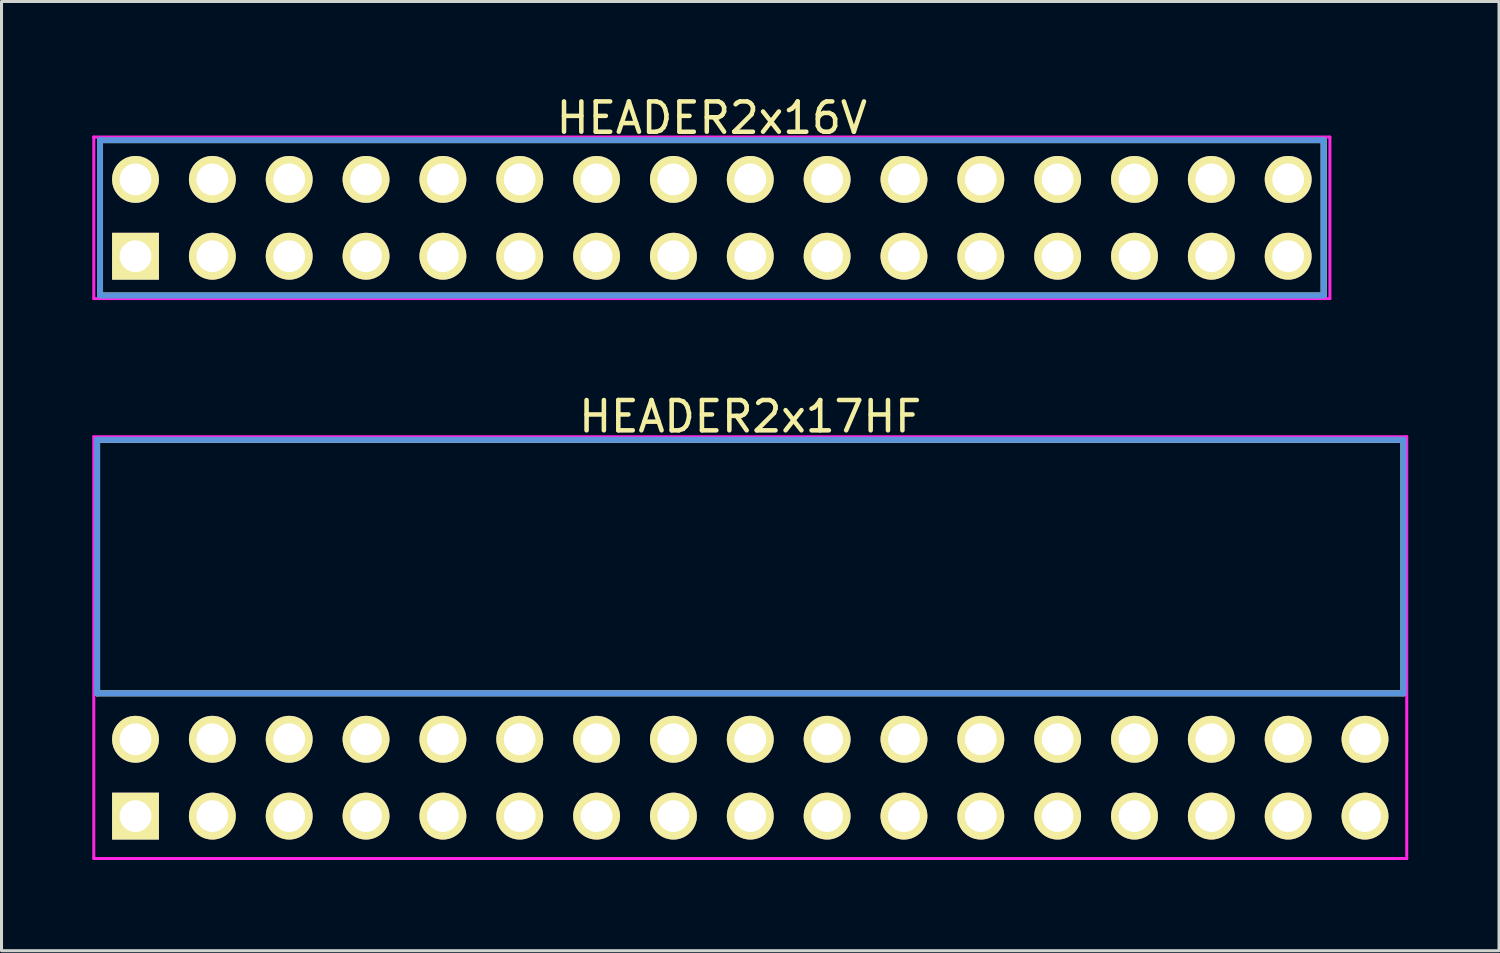
<source format=kicad_pcb>
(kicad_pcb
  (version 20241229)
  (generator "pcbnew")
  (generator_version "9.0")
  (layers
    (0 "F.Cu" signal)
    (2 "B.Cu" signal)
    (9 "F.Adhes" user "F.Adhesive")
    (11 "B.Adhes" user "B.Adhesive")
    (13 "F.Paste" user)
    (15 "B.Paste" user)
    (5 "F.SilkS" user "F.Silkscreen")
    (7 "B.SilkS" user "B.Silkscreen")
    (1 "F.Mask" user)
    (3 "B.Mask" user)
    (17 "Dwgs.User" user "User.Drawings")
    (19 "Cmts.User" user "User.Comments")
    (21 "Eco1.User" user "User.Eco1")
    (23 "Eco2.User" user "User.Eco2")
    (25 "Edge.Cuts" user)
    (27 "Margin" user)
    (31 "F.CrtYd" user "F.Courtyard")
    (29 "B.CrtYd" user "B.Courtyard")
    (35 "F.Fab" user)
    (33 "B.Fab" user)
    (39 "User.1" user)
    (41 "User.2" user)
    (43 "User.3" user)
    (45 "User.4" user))
  (footprint "HEADER2x17HF"
    (layer "F.Cu")
    (at 1.429 23.926)
    (property "Reference" "HEADER2x17HF" (at 20.32 -13.208 0) (layer "F.SilkS") (effects (font (size 1.001 1.001) (thickness 0.15))))
    (attr through_hole)
    (fp_line (start -1.27 -12.438) (end -1.27 -4.059) (stroke (width 0.198) (type solid)) (layer "F.SilkS"))
    (fp_line (start -1.27 -4.059) (end 41.91 -4.059) (stroke (width 0.198) (type solid)) (layer "F.SilkS"))
    (fp_line (start 41.91 -12.438) (end -1.27 -12.438) (stroke (width 0.198) (type solid)) (layer "F.SilkS"))
    (fp_line (start 41.91 -4.059) (end 41.91 -12.438) (stroke (width 0.198) (type solid)) (layer "F.SilkS"))
    (fp_line (start -1.27 -12.438) (end -1.27 -4.059) (stroke (width 0.198) (type solid)) (layer "Cmts.User"))
    (fp_line (start -1.27 -4.059) (end 41.91 -4.059) (stroke (width 0.198) (type solid)) (layer "Cmts.User"))
    (fp_line (start 41.91 -12.438) (end -1.27 -12.438) (stroke (width 0.198) (type solid)) (layer "Cmts.User"))
    (fp_line (start 41.91 -4.059) (end 41.91 -12.438) (stroke (width 0.198) (type solid)) (layer "Cmts.User"))
    (fp_line (start -1.379 -12.54) (end 42.019 -12.54) (stroke (width 0.099) (type solid)) (layer "F.CrtYd"))
    (fp_line (start -1.379 1.4) (end -1.379 -12.54) (stroke (width 0.099) (type solid)) (layer "F.CrtYd"))
    (fp_line (start 42.019 -12.54) (end 42.019 1.4) (stroke (width 0.099) (type solid)) (layer "F.CrtYd"))
    (fp_line (start 42.019 1.4) (end -1.379 1.4) (stroke (width 0.099) (type solid)) (layer "F.CrtYd"))
    (pad "1" thru_hole rect (at 0 0) (size 1.549 1.549) (drill 1.049) (layers "*.Cu" "*.Mask" "F.SilkS"))
    (pad "2" thru_hole circle (at 0 -2.54) (size 1.549 1.549) (drill 1.049) (layers "*.Cu" "*.Mask" "F.SilkS"))
    (pad "3" thru_hole circle (at 2.54 0) (size 1.549 1.549) (drill 1.049) (layers "*.Cu" "*.Mask" "F.SilkS"))
    (pad "4" thru_hole circle (at 2.54 -2.54) (size 1.549 1.549) (drill 1.049) (layers "*.Cu" "*.Mask" "F.SilkS"))
    (pad "5" thru_hole circle (at 5.08 0) (size 1.549 1.549) (drill 1.049) (layers "*.Cu" "*.Mask" "F.SilkS"))
    (pad "6" thru_hole circle (at 5.08 -2.54) (size 1.549 1.549) (drill 1.049) (layers "*.Cu" "*.Mask" "F.SilkS"))
    (pad "7" thru_hole circle (at 7.62 0) (size 1.549 1.549) (drill 1.049) (layers "*.Cu" "*.Mask" "F.SilkS"))
    (pad "8" thru_hole circle (at 7.62 -2.54) (size 1.549 1.549) (drill 1.049) (layers "*.Cu" "*.Mask" "F.SilkS"))
    (pad "9" thru_hole circle (at 10.16 0) (size 1.549 1.549) (drill 1.049) (layers "*.Cu" "*.Mask" "F.SilkS"))
    (pad "10" thru_hole circle (at 10.16 -2.54) (size 1.549 1.549) (drill 1.049) (layers "*.Cu" "*.Mask" "F.SilkS"))
    (pad "11" thru_hole circle (at 12.7 0) (size 1.549 1.549) (drill 1.049) (layers "*.Cu" "*.Mask" "F.SilkS"))
    (pad "12" thru_hole circle (at 12.7 -2.54) (size 1.549 1.549) (drill 1.049) (layers "*.Cu" "*.Mask" "F.SilkS"))
    (pad "13" thru_hole circle (at 15.24 0) (size 1.549 1.549) (drill 1.049) (layers "*.Cu" "*.Mask" "F.SilkS"))
    (pad "14" thru_hole circle (at 15.24 -2.54) (size 1.549 1.549) (drill 1.049) (layers "*.Cu" "*.Mask" "F.SilkS"))
    (pad "15" thru_hole circle (at 17.78 0) (size 1.549 1.549) (drill 1.049) (layers "*.Cu" "*.Mask" "F.SilkS"))
    (pad "16" thru_hole circle (at 17.78 -2.54) (size 1.549 1.549) (drill 1.049) (layers "*.Cu" "*.Mask" "F.SilkS"))
    (pad "17" thru_hole circle (at 20.32 0) (size 1.549 1.549) (drill 1.049) (layers "*.Cu" "*.Mask" "F.SilkS"))
    (pad "18" thru_hole circle (at 20.32 -2.54) (size 1.549 1.549) (drill 1.049) (layers "*.Cu" "*.Mask" "F.SilkS"))
    (pad "19" thru_hole circle (at 22.86 0) (size 1.549 1.549) (drill 1.049) (layers "*.Cu" "*.Mask" "F.SilkS"))
    (pad "20" thru_hole circle (at 22.86 -2.54) (size 1.549 1.549) (drill 1.049) (layers "*.Cu" "*.Mask" "F.SilkS"))
    (pad "21" thru_hole circle (at 25.4 0) (size 1.549 1.549) (drill 1.049) (layers "*.Cu" "*.Mask" "F.SilkS"))
    (pad "22" thru_hole circle (at 25.4 -2.54) (size 1.549 1.549) (drill 1.049) (layers "*.Cu" "*.Mask" "F.SilkS"))
    (pad "23" thru_hole circle (at 27.94 0) (size 1.549 1.549) (drill 1.049) (layers "*.Cu" "*.Mask" "F.SilkS"))
    (pad "24" thru_hole circle (at 27.94 -2.54) (size 1.549 1.549) (drill 1.049) (layers "*.Cu" "*.Mask" "F.SilkS"))
    (pad "25" thru_hole circle (at 30.48 0) (size 1.549 1.549) (drill 1.049) (layers "*.Cu" "*.Mask" "F.SilkS"))
    (pad "26" thru_hole circle (at 30.48 -2.54) (size 1.549 1.549) (drill 1.049) (layers "*.Cu" "*.Mask" "F.SilkS"))
    (pad "27" thru_hole circle (at 33.02 0) (size 1.549 1.549) (drill 1.049) (layers "*.Cu" "*.Mask" "F.SilkS"))
    (pad "28" thru_hole circle (at 33.02 -2.54) (size 1.549 1.549) (drill 1.049) (layers "*.Cu" "*.Mask" "F.SilkS"))
    (pad "29" thru_hole circle (at 35.56 0) (size 1.549 1.549) (drill 1.049) (layers "*.Cu" "*.Mask" "F.SilkS"))
    (pad "30" thru_hole circle (at 35.56 -2.54) (size 1.549 1.549) (drill 1.049) (layers "*.Cu" "*.Mask" "F.SilkS"))
    (pad "31" thru_hole circle (at 38.1 0) (size 1.549 1.549) (drill 1.049) (layers "*.Cu" "*.Mask" "F.SilkS"))
    (pad "32" thru_hole circle (at 38.1 -2.54) (size 1.549 1.549) (drill 1.049) (layers "*.Cu" "*.Mask" "F.SilkS"))
    (pad "33" thru_hole circle (at 40.64 0) (size 1.549 1.549) (drill 1.049) (layers "*.Cu" "*.Mask" "F.SilkS"))
    (pad "34" thru_hole circle (at 40.64 -2.54) (size 1.549 1.549) (drill 1.049) (layers "*.Cu" "*.Mask" "F.SilkS")))
  (footprint "HEADER2x16V"
    (layer "F.Cu")
    (at 1.429 5.42)
    (property "Reference" "HEADER2x16V" (at 19.05 -4.572 0) (layer "F.SilkS") (effects (font (size 1.001 1.001) (thickness 0.15))))
    (attr through_hole)
    (fp_line (start -1.173 -3.838) (end -1.173 1.298) (stroke (width 0.198) (type solid)) (layer "F.SilkS"))
    (fp_line (start -1.173 1.298) (end 39.273 1.298) (stroke (width 0.198) (type solid)) (layer "F.SilkS"))
    (fp_line (start 39.273 -3.838) (end -1.173 -3.838) (stroke (width 0.198) (type solid)) (layer "F.SilkS"))
    (fp_line (start 39.273 1.298) (end 39.273 -3.838) (stroke (width 0.198) (type solid)) (layer "F.SilkS"))
    (fp_line (start -1.173 -3.838) (end -1.173 1.298) (stroke (width 0.198) (type solid)) (layer "Cmts.User"))
    (fp_line (start -1.173 1.298) (end 39.273 1.298) (stroke (width 0.198) (type solid)) (layer "Cmts.User"))
    (fp_line (start 39.273 -3.838) (end -1.173 -3.838) (stroke (width 0.198) (type solid)) (layer "Cmts.User"))
    (fp_line (start 39.273 1.298) (end 39.273 -3.838) (stroke (width 0.198) (type solid)) (layer "Cmts.User"))
    (fp_line (start -1.379 -3.94) (end -1.379 1.4) (stroke (width 0.099) (type solid)) (layer "F.CrtYd"))
    (fp_line (start -1.379 1.4) (end 39.479 1.4) (stroke (width 0.099) (type solid)) (layer "F.CrtYd"))
    (fp_line (start 39.479 -3.94) (end -1.379 -3.94) (stroke (width 0.099) (type solid)) (layer "F.CrtYd"))
    (fp_line (start 39.479 1.4) (end 39.479 -3.94) (stroke (width 0.099) (type solid)) (layer "F.CrtYd"))
    (pad "1" thru_hole rect (at 0 0) (size 1.549 1.549) (drill 1.049) (layers "*.Cu" "*.Mask" "F.SilkS"))
    (pad "2" thru_hole circle (at 0 -2.54) (size 1.549 1.549) (drill 1.049) (layers "*.Cu" "*.Mask" "F.SilkS"))
    (pad "3" thru_hole circle (at 2.54 0) (size 1.549 1.549) (drill 1.049) (layers "*.Cu" "*.Mask" "F.SilkS"))
    (pad "4" thru_hole circle (at 2.54 -2.54) (size 1.549 1.549) (drill 1.049) (layers "*.Cu" "*.Mask" "F.SilkS"))
    (pad "5" thru_hole circle (at 5.08 0) (size 1.549 1.549) (drill 1.049) (layers "*.Cu" "*.Mask" "F.SilkS"))
    (pad "6" thru_hole circle (at 5.08 -2.54) (size 1.549 1.549) (drill 1.049) (layers "*.Cu" "*.Mask" "F.SilkS"))
    (pad "7" thru_hole circle (at 7.62 0) (size 1.549 1.549) (drill 1.049) (layers "*.Cu" "*.Mask" "F.SilkS"))
    (pad "8" thru_hole circle (at 7.62 -2.54) (size 1.549 1.549) (drill 1.049) (layers "*.Cu" "*.Mask" "F.SilkS"))
    (pad "9" thru_hole circle (at 10.16 0) (size 1.549 1.549) (drill 1.049) (layers "*.Cu" "*.Mask" "F.SilkS"))
    (pad "10" thru_hole circle (at 10.16 -2.54) (size 1.549 1.549) (drill 1.049) (layers "*.Cu" "*.Mask" "F.SilkS"))
    (pad "11" thru_hole circle (at 12.7 0) (size 1.549 1.549) (drill 1.049) (layers "*.Cu" "*.Mask" "F.SilkS"))
    (pad "12" thru_hole circle (at 12.7 -2.54) (size 1.549 1.549) (drill 1.049) (layers "*.Cu" "*.Mask" "F.SilkS"))
    (pad "13" thru_hole circle (at 15.24 0) (size 1.549 1.549) (drill 1.049) (layers "*.Cu" "*.Mask" "F.SilkS"))
    (pad "14" thru_hole circle (at 15.24 -2.54) (size 1.549 1.549) (drill 1.049) (layers "*.Cu" "*.Mask" "F.SilkS"))
    (pad "15" thru_hole circle (at 17.78 0) (size 1.549 1.549) (drill 1.049) (layers "*.Cu" "*.Mask" "F.SilkS"))
    (pad "16" thru_hole circle (at 17.78 -2.54) (size 1.549 1.549) (drill 1.049) (layers "*.Cu" "*.Mask" "F.SilkS"))
    (pad "17" thru_hole circle (at 20.32 0) (size 1.549 1.549) (drill 1.049) (layers "*.Cu" "*.Mask" "F.SilkS"))
    (pad "18" thru_hole circle (at 20.32 -2.54) (size 1.549 1.549) (drill 1.049) (layers "*.Cu" "*.Mask" "F.SilkS"))
    (pad "19" thru_hole circle (at 22.86 0) (size 1.549 1.549) (drill 1.049) (layers "*.Cu" "*.Mask" "F.SilkS"))
    (pad "20" thru_hole circle (at 22.86 -2.54) (size 1.549 1.549) (drill 1.049) (layers "*.Cu" "*.Mask" "F.SilkS"))
    (pad "21" thru_hole circle (at 25.4 0) (size 1.549 1.549) (drill 1.049) (layers "*.Cu" "*.Mask" "F.SilkS"))
    (pad "22" thru_hole circle (at 25.4 -2.54) (size 1.549 1.549) (drill 1.049) (layers "*.Cu" "*.Mask" "F.SilkS"))
    (pad "23" thru_hole circle (at 27.94 0) (size 1.549 1.549) (drill 1.049) (layers "*.Cu" "*.Mask" "F.SilkS"))
    (pad "24" thru_hole circle (at 27.94 -2.54) (size 1.549 1.549) (drill 1.049) (layers "*.Cu" "*.Mask" "F.SilkS"))
    (pad "25" thru_hole circle (at 30.48 0) (size 1.549 1.549) (drill 1.049) (layers "*.Cu" "*.Mask" "F.SilkS"))
    (pad "26" thru_hole circle (at 30.48 -2.54) (size 1.549 1.549) (drill 1.049) (layers "*.Cu" "*.Mask" "F.SilkS"))
    (pad "27" thru_hole circle (at 33.02 0) (size 1.549 1.549) (drill 1.049) (layers "*.Cu" "*.Mask" "F.SilkS"))
    (pad "28" thru_hole circle (at 33.02 -2.54) (size 1.549 1.549) (drill 1.049) (layers "*.Cu" "*.Mask" "F.SilkS"))
    (pad "29" thru_hole circle (at 35.56 0) (size 1.549 1.549) (drill 1.049) (layers "*.Cu" "*.Mask" "F.SilkS"))
    (pad "30" thru_hole circle (at 35.56 -2.54) (size 1.549 1.549) (drill 1.049) (layers "*.Cu" "*.Mask" "F.SilkS"))
    (pad "31" thru_hole circle (at 38.1 0) (size 1.549 1.549) (drill 1.049) (layers "*.Cu" "*.Mask" "F.SilkS"))
    (pad "32" thru_hole circle (at 38.1 -2.54) (size 1.549 1.549) (drill 1.049) (layers "*.Cu" "*.Mask" "F.SilkS")))
  (gr_rect
    (start -3 -3)
    (end 46.498 28.375)
    (stroke (width 0.1) (type default))
    (fill no)
    (layer "Edge.Cuts")))
</source>
